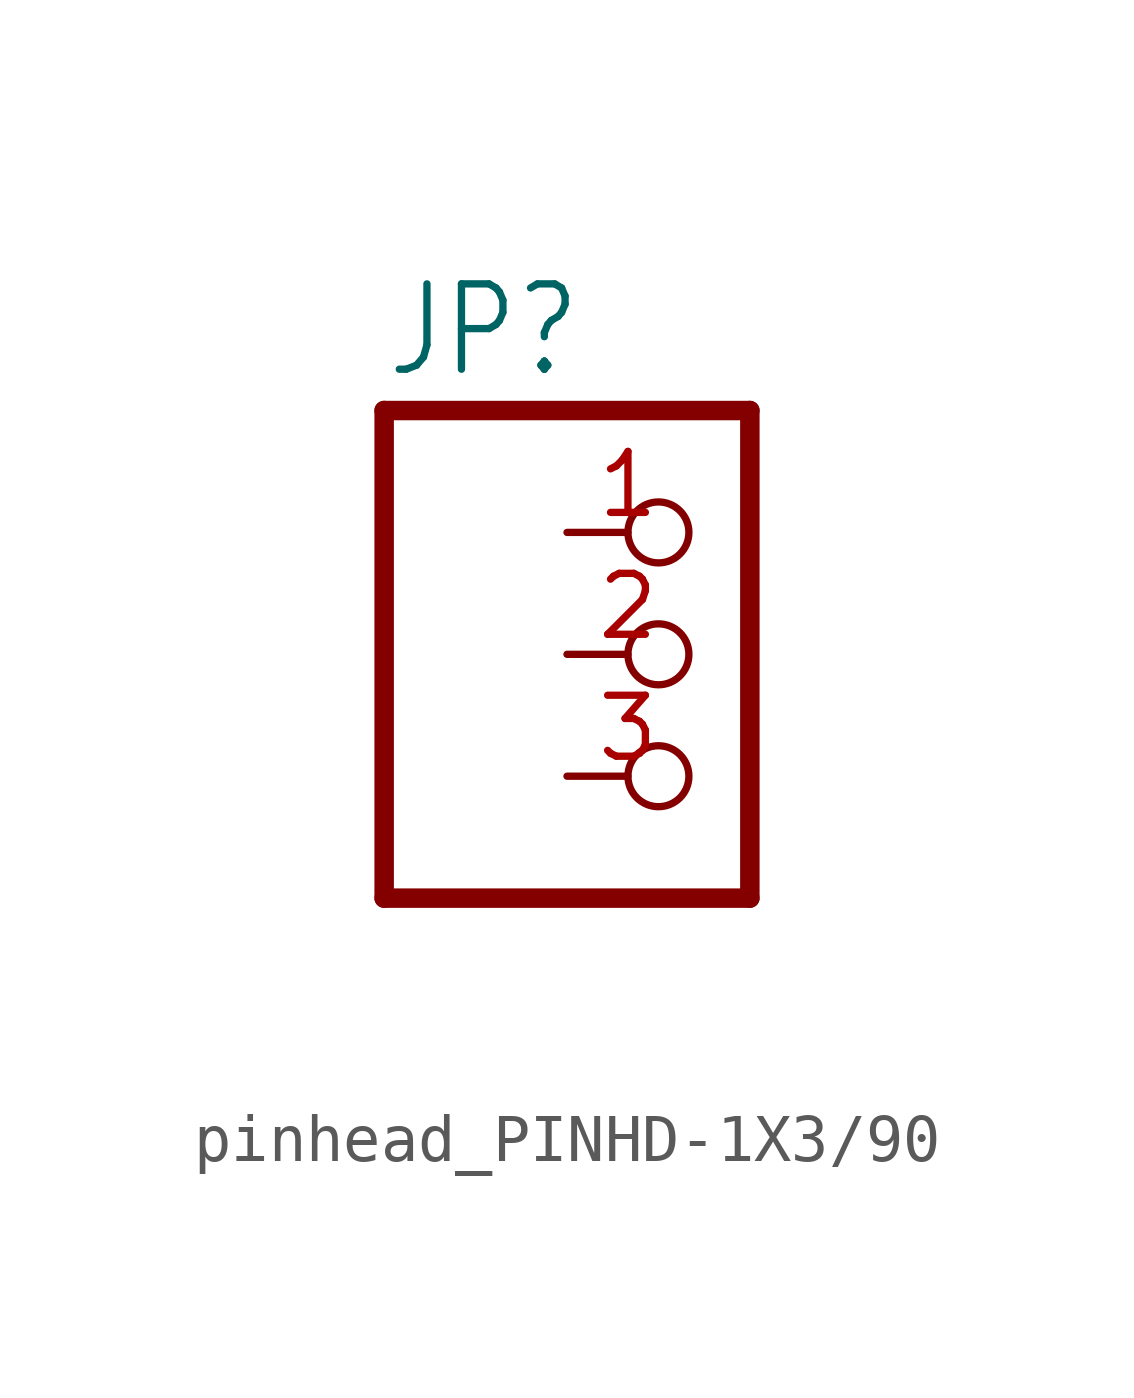
<source format=kicad_sym>
(kicad_symbol_lib
  (version 20231120)
  (generator "kicad_symbol_editor")
  (generator_version "8.0")
  (symbol "pinhead_PINHD-1X3/90"
    (property "Reference" "JP"
      (at -6.35 5.715 0)
      (effects (font (size 1.778 1.511)) (justify left bottom)))
    (property "Value" ""
      (at -6.35 -7.62 0)
      (effects (font (size 1.778 1.511)) (justify left bottom)))
    (property "ki_locked" ""
      (at 0 0 0)
      (effects (font (size 1.27 1.27))))
    (symbol "pinhead_PINHD-1X3/90_1_0"
      (polyline (pts (xy -6.35 -5.08) (xy 1.27 -5.08)) (stroke (width 0.406) (type solid)) (fill (type none)))
      (polyline (pts (xy -6.35 5.08) (xy -6.35 -5.08)) (stroke (width 0.406) (type solid)) (fill (type none)))
      (polyline (pts (xy 1.27 -5.08) (xy 1.27 5.08)) (stroke (width 0.406) (type solid)) (fill (type none)))
      (polyline (pts (xy 1.27 5.08) (xy -6.35 5.08)) (stroke (width 0.406) (type solid)) (fill (type none)))
      (pin passive inverted (at -2.54 2.54 0) (length 2.54) (name "1" (effects (font (size 0 0)))) (number "1" (effects (font (size 1.27 1.27)))))
      (pin passive inverted (at -2.54 0 0) (length 2.54) (name "2" (effects (font (size 0 0)))) (number "2" (effects (font (size 1.27 1.27)))))
      (pin passive inverted (at -2.54 -2.54 0) (length 2.54) (name "3" (effects (font (size 0 0)))) (number "3" (effects (font (size 1.27 1.27))))))))
</source>
